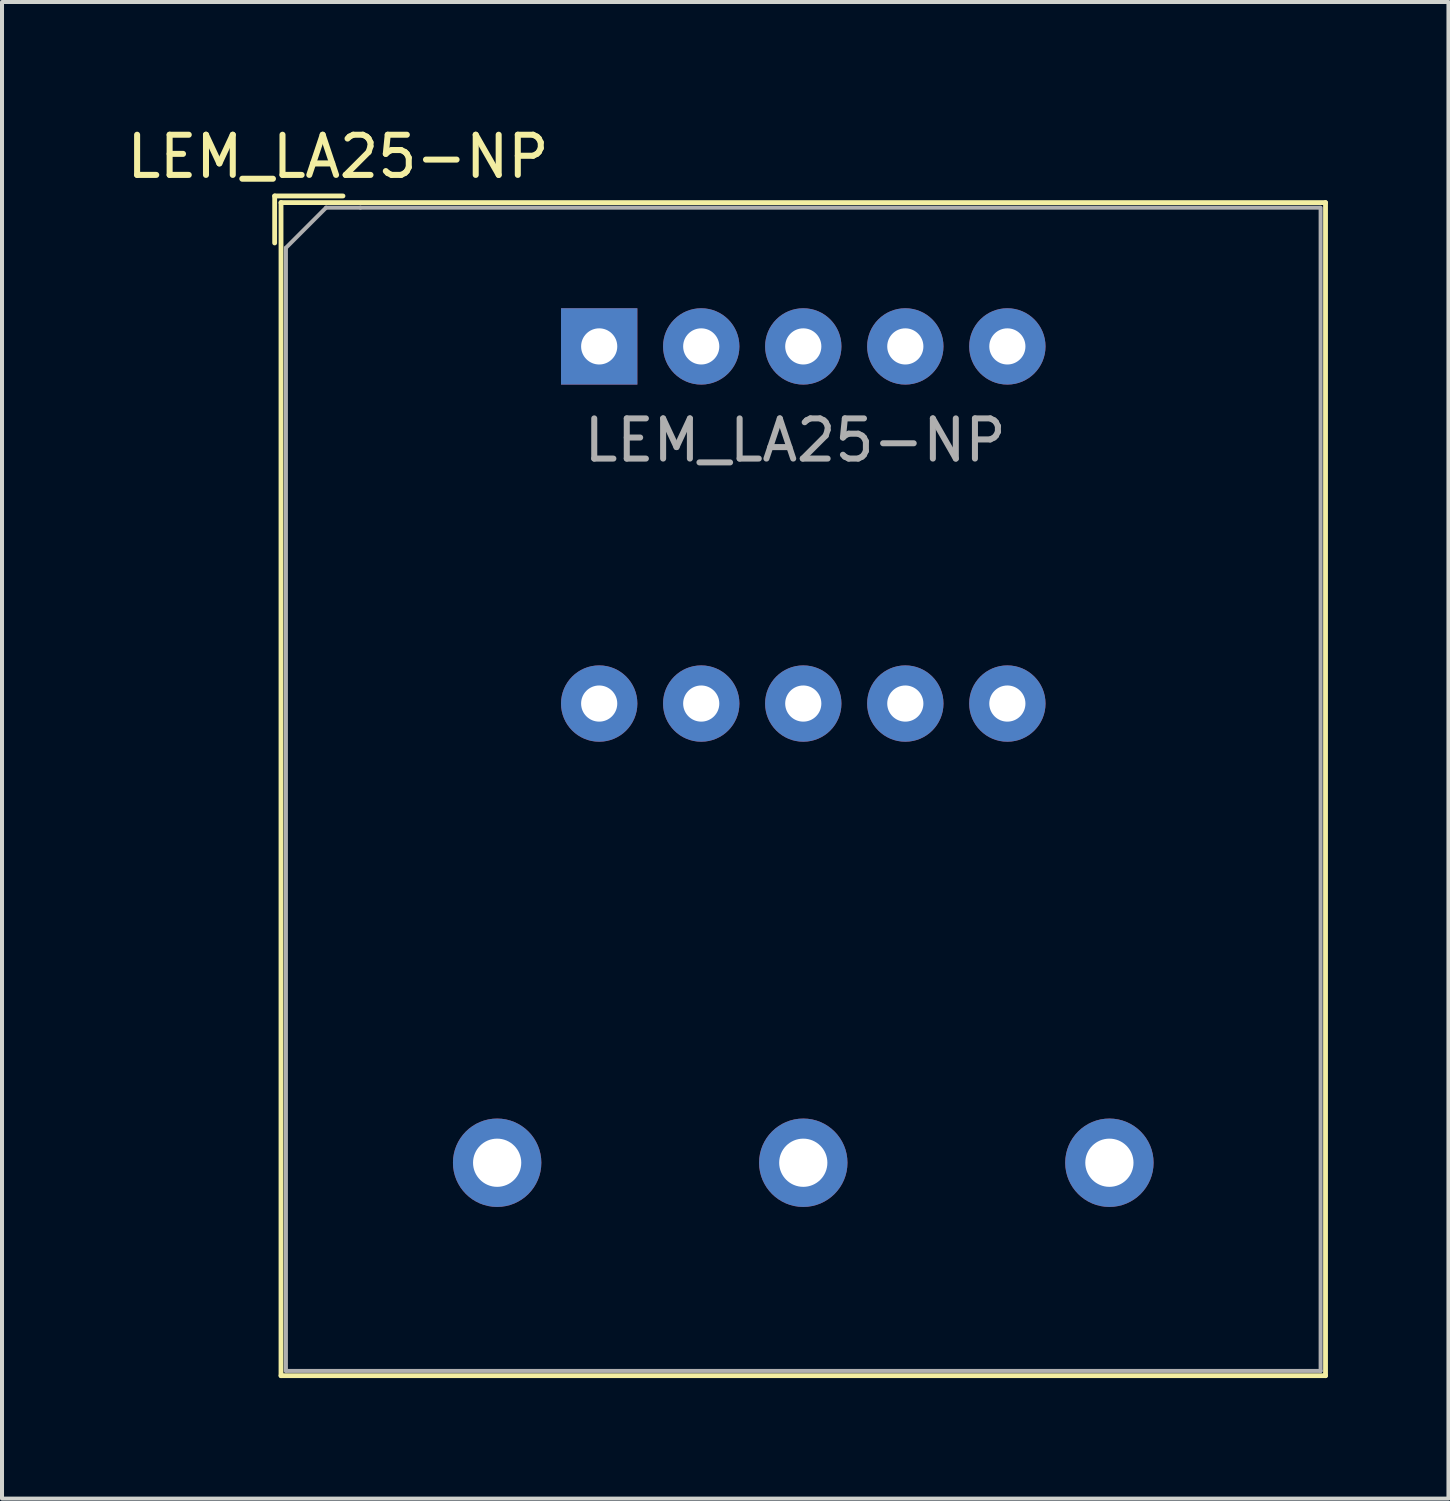
<source format=kicad_pcb>
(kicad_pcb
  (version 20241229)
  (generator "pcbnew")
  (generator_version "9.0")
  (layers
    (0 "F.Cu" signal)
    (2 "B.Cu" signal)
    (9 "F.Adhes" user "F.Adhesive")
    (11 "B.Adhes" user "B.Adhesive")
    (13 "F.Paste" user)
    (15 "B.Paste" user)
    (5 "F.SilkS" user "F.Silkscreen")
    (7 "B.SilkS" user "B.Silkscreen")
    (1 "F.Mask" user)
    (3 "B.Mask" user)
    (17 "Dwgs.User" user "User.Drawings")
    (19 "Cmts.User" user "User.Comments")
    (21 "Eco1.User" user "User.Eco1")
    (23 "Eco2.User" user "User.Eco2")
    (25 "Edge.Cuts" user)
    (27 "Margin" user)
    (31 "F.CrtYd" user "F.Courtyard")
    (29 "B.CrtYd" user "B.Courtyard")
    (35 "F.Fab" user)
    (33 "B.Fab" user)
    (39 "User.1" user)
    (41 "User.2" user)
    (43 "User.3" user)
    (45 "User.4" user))
  (footprint "LEM_LA25-NP"
    (layer "F.Cu")
    (at 11.865 5.573)
    (property "Reference" "LEM_LA25-NP" (at -6.502 -4.724 0) (layer "F.SilkS") (effects (font (size 1 1) (thickness 0.15))))
    (attr through_hole)
    (fp_line (start -8.078 -3.745) (end -8.078 -2.575) (stroke (width 0.12) (type solid)) (layer "F.SilkS"))
    (fp_line (start -7.92 -3.58) (end -7.92 25.62) (stroke (width 0.12) (type solid)) (layer "F.SilkS"))
    (fp_line (start -7.92 -3.58) (end 18.08 -3.58) (stroke (width 0.12) (type solid)) (layer "F.SilkS"))
    (fp_line (start -7.92 25.62) (end 18.08 25.62) (stroke (width 0.12) (type solid)) (layer "F.SilkS"))
    (fp_line (start -6.378 -3.745) (end -8.078 -3.745) (stroke (width 0.12) (type solid)) (layer "F.SilkS"))
    (fp_line (start 18.08 -3.58) (end 18.08 25.62) (stroke (width 0.12) (type solid)) (layer "F.SilkS"))
    (fp_line (start -7.798 -2.454) (end -7.798 25.502) (stroke (width 0.1) (type solid)) (layer "F.Fab"))
    (fp_line (start -7.798 -2.454) (end -6.798 -3.454) (stroke (width 0.1) (type solid)) (layer "F.Fab"))
    (fp_line (start -7.798 25.502) (end 17.958 25.502) (stroke (width 0.1) (type solid)) (layer "F.Fab"))
    (fp_line (start -6.798 -3.454) (end -5.944 -3.454) (stroke (width 0.1) (type solid)) (layer "F.Fab"))
    (fp_line (start -5.944 -3.454) (end 17.932 -3.454) (stroke (width 0.1) (type solid)) (layer "F.Fab"))
    (fp_line (start 17.958 25.502) (end 17.958 -3.454) (stroke (width 0.1) (type solid)) (layer "F.Fab"))
    (fp_text user "${REFERENCE}" (at 4.877 2.337 0) (layer "F.Fab") (effects (font (size 1 1) (thickness 0.15))))
    (pad "1" thru_hole rect (at 0 0) (size 1.9 1.9) (drill 0.9) (layers "*.Cu" "*.Mask"))
    (pad "2" thru_hole circle (at 2.54 0) (size 1.9 1.9) (drill 0.9) (layers "*.Cu" "*.Mask"))
    (pad "3" thru_hole circle (at 5.08 0) (size 1.9 1.9) (drill 0.9) (layers "*.Cu" "*.Mask"))
    (pad "4" thru_hole circle (at 7.62 0) (size 1.9 1.9) (drill 0.9) (layers "*.Cu" "*.Mask"))
    (pad "5" thru_hole circle (at 10.16 0) (size 1.9 1.9) (drill 0.9) (layers "*.Cu" "*.Mask"))
    (pad "6" thru_hole circle (at 0 8.89) (size 1.9 1.9) (drill 0.9) (layers "*.Cu" "*.Mask"))
    (pad "7" thru_hole circle (at 2.54 8.89) (size 1.9 1.9) (drill 0.9) (layers "*.Cu" "*.Mask"))
    (pad "8" thru_hole circle (at 5.08 8.89) (size 1.9 1.9) (drill 0.9) (layers "*.Cu" "*.Mask"))
    (pad "9" thru_hole circle (at 7.62 8.89) (size 1.9 1.9) (drill 0.9) (layers "*.Cu" "*.Mask"))
    (pad "10" thru_hole circle (at 10.16 8.89) (size 1.9 1.9) (drill 0.9) (layers "*.Cu" "*.Mask"))
    (pad "11" thru_hole circle (at -2.54 20.32) (size 2.2 2.2) (drill 1.2) (layers "*.Cu" "*.Mask"))
    (pad "12" thru_hole circle (at 5.08 20.32) (size 2.2 2.2) (drill 1.2) (layers "*.Cu" "*.Mask"))
    (pad "13" thru_hole circle (at 12.7 20.32) (size 2.2 2.2) (drill 1.2) (layers "*.Cu" "*.Mask")))
  (gr_rect
    (start -3 -3)
    (end 33.005 34.253)
    (stroke (width 0.1) (type default))
    (fill no)
    (layer "Edge.Cuts")))
</source>
